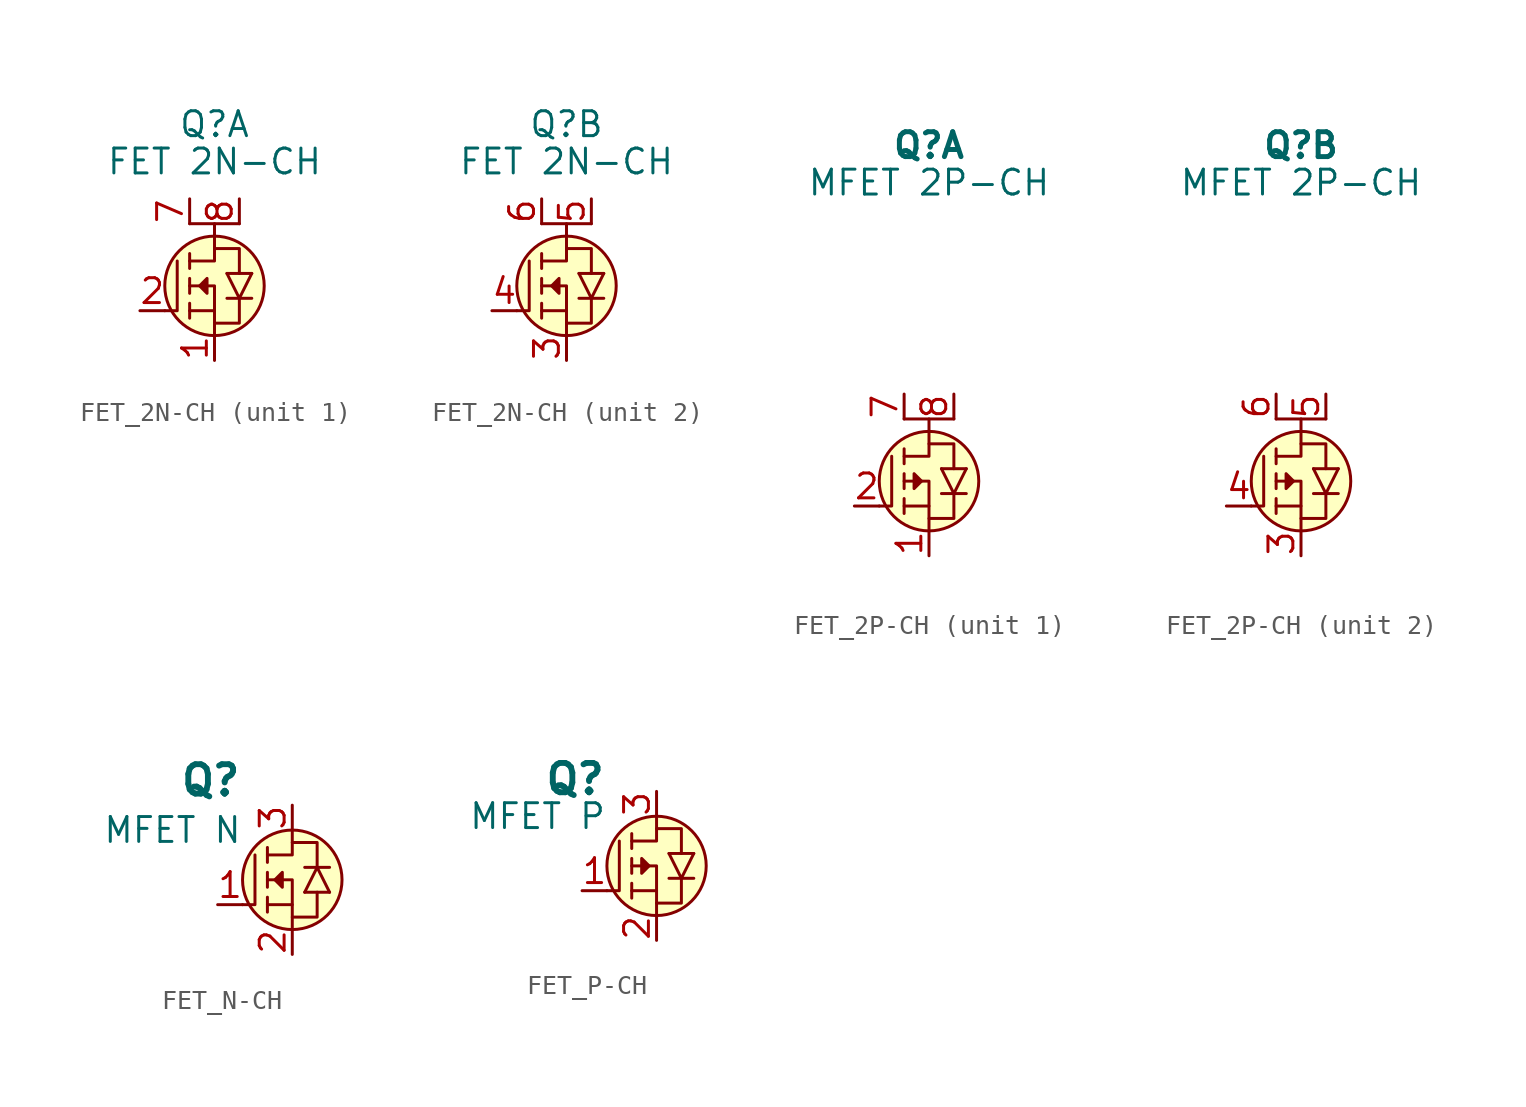
<source format=kicad_sym>
(kicad_symbol_lib
  (version 20231120)
  (generator "kicad_symbol_editor")
  (generator_version "8.0")
  (symbol "FET_2N-CH"
    (pin_names hide)
    (property "Reference" "Q"
      (at 0 0 0)
      (effects (font (size 1.27 1.27))))
    (property "Value" "FET 2N-CH"
      (at 0 -1.905 0)
      (effects (font (size 1.27 1.27))))
    (symbol "FET_2N-CH_0_1"
      (polyline (pts (xy -1.27 -9.906) (xy -1.27 -9.144)) (stroke (width 0) (type default)) (fill (type none)))
      (polyline (pts (xy -1.27 -7.874) (xy -1.27 -8.636)) (stroke (width 0) (type default)) (fill (type none)))
      (polyline (pts (xy -1.27 -6.604) (xy -1.27 -7.366)) (stroke (width 0) (type default)) (fill (type none)))
      (polyline (pts (xy -1.27 -5.08) (xy 1.27 -5.08)) (stroke (width 0) (type default)) (fill (type none)))
      (polyline (pts (xy 0 -5.08) (xy 0 -5.715)) (stroke (width 0) (type default)) (fill (type none)))
      (polyline (pts (xy 0.635 -8.89) (xy 1.905 -8.89)) (stroke (width 0) (type default)) (fill (type none)))
      (polyline (pts (xy 0.635 -7.62) (xy 1.905 -7.62)) (stroke (width 0) (type default)) (fill (type none)))
      (polyline (pts (xy -2.54 -9.525) (xy -1.905 -9.525) (xy -1.905 -6.985)) (stroke (width 0) (type default)) (fill (type none)))
      (polyline (pts (xy -1.27 -8.255) (xy 0 -8.255) (xy 0 -9.525)) (stroke (width 0) (type default)) (fill (type none)))
      (polyline (pts (xy 0 -10.795) (xy 0 -9.525) (xy -1.27 -9.525)) (stroke (width 0) (type default)) (fill (type none)))
      (polyline (pts (xy 0 -10.16) (xy 1.27 -10.16) (xy 1.27 -8.89)) (stroke (width 0) (type default)) (fill (type none)))
      (polyline (pts (xy 0 -6.35) (xy 1.27 -6.35) (xy 1.27 -7.62)) (stroke (width 0) (type default)) (fill (type none)))
      (polyline (pts (xy 0 -5.715) (xy 0 -6.985) (xy -1.27 -6.985)) (stroke (width 0) (type default)) (fill (type none)))
      (polyline (pts (xy 0.635 -7.62) (xy 1.27 -8.89) (xy 1.905 -7.62)) (stroke (width 0) (type default)) (fill (type none))))
    (symbol "FET_2N-CH_1_1"
      (circle (center 0 -8.255) (radius 2.54) (stroke (width 0) (type default)) (fill (type background)))
      (polyline (pts (xy -0.381 -7.874) (xy -0.381 -8.636) (xy -0.762 -8.255) (xy -0.381 -7.874)) (stroke (width 0) (type default)) (fill (type outline)))
      (pin bidirectional line (at 0 -12.065 90) (length 1.27) (name "S1" (effects (font (size 1.27 1.27)))) (number "1" (effects (font (size 1.27 1.27)))))
      (pin bidirectional line (at -3.81 -9.525 0) (length 1.27) (name "G1" (effects (font (size 1.27 1.27)))) (number "2" (effects (font (size 1.27 1.27)))))
      (pin bidirectional line (at -1.27 -3.81 270) (length 1.27) (name "D1" (effects (font (size 1.27 1.27)))) (number "7" (effects (font (size 1.27 1.27)))))
      (pin bidirectional line (at 1.27 -3.81 270) (length 1.27) (name "D1" (effects (font (size 1.27 1.27)))) (number "8" (effects (font (size 1.27 1.27))))))
    (symbol "FET_2N-CH_2_1"
      (circle (center 0 -8.255) (radius 2.54) (stroke (width 0) (type default)) (fill (type background)))
      (polyline (pts (xy -0.381 -7.874) (xy -0.381 -8.636) (xy -0.762 -8.255) (xy -0.381 -7.874)) (stroke (width 0) (type default)) (fill (type outline)))
      (pin bidirectional line (at 0 -12.065 90) (length 1.27) (name "S2" (effects (font (size 1.27 1.27)))) (number "3" (effects (font (size 1.27 1.27)))))
      (pin bidirectional line (at -3.81 -9.525 0) (length 1.27) (name "G2" (effects (font (size 1.27 1.27)))) (number "4" (effects (font (size 1.27 1.27)))))
      (pin bidirectional line (at 1.27 -3.81 270) (length 1.27) (name "D2" (effects (font (size 1.27 1.27)))) (number "5" (effects (font (size 1.27 1.27)))))
      (pin bidirectional line (at -1.27 -3.81 270) (length 1.27) (name "D2" (effects (font (size 1.27 1.27)))) (number "6" (effects (font (size 1.27 1.27)))))))
  (symbol "FET_2P-CH"
    (pin_names hide)
    (property "Reference" "Q"
      (at 0 0 0)
      (effects (font (size 1.27 1.27) (bold yes))))
    (property "Value" "MFET 2P-CH"
      (at 0 -1.905 0)
      (effects (font (size 1.27 1.27))))
    (symbol "FET_2P-CH_0_1"
      (polyline (pts (xy -1.27 -18.796) (xy -1.27 -18.034)) (stroke (width 0) (type default)) (fill (type none)))
      (polyline (pts (xy -1.27 -16.764) (xy -1.27 -17.526)) (stroke (width 0) (type default)) (fill (type none)))
      (polyline (pts (xy -1.27 -15.494) (xy -1.27 -16.256)) (stroke (width 0) (type default)) (fill (type none)))
      (polyline (pts (xy -1.27 -13.97) (xy 1.27 -13.97)) (stroke (width 0) (type default)) (fill (type none)))
      (polyline (pts (xy 0 -13.97) (xy 0 -14.605)) (stroke (width 0) (type default)) (fill (type none)))
      (polyline (pts (xy 0.635 -17.78) (xy 1.905 -17.78)) (stroke (width 0) (type default)) (fill (type none)))
      (polyline (pts (xy 0.635 -16.51) (xy 1.905 -16.51)) (stroke (width 0) (type default)) (fill (type none)))
      (polyline (pts (xy -2.54 -18.415) (xy -1.905 -18.415) (xy -1.905 -15.875)) (stroke (width 0) (type default)) (fill (type none)))
      (polyline (pts (xy -1.27 -17.145) (xy 0 -17.145) (xy 0 -18.415)) (stroke (width 0) (type default)) (fill (type none)))
      (polyline (pts (xy 0 -19.685) (xy 0 -18.415) (xy -1.27 -18.415)) (stroke (width 0) (type default)) (fill (type none)))
      (polyline (pts (xy 0 -19.05) (xy 1.27 -19.05) (xy 1.27 -17.78)) (stroke (width 0) (type default)) (fill (type none)))
      (polyline (pts (xy 0 -15.24) (xy 1.27 -15.24) (xy 1.27 -16.51)) (stroke (width 0) (type default)) (fill (type none)))
      (polyline (pts (xy 0 -14.605) (xy 0 -15.875) (xy -1.27 -15.875)) (stroke (width 0) (type default)) (fill (type none)))
      (polyline (pts (xy 0.635 -16.51) (xy 1.27 -17.78) (xy 1.905 -16.51)) (stroke (width 0) (type default)) (fill (type none))))
    (symbol "FET_2P-CH_1_1"
      (circle (center 0 -17.145) (radius 2.54) (stroke (width 0) (type default)) (fill (type background)))
      (polyline (pts (xy -0.762 -16.764) (xy -0.762 -17.526) (xy -0.381 -17.145) (xy -0.762 -16.764)) (stroke (width 0) (type default)) (fill (type outline)))
      (pin bidirectional line (at 0 -20.955 90) (length 1.27) (name "S1" (effects (font (size 1.27 1.27)))) (number "1" (effects (font (size 1.27 1.27)))))
      (pin bidirectional line (at -3.81 -18.415 0) (length 1.27) (name "G1" (effects (font (size 1.27 1.27)))) (number "2" (effects (font (size 1.27 1.27)))))
      (pin bidirectional line (at -1.27 -12.7 270) (length 1.27) (name "D1" (effects (font (size 1.27 1.27)))) (number "7" (effects (font (size 1.27 1.27)))))
      (pin bidirectional line (at 1.27 -12.7 270) (length 1.27) (name "D1" (effects (font (size 1.27 1.27)))) (number "8" (effects (font (size 1.27 1.27))))))
    (symbol "FET_2P-CH_2_1"
      (circle (center 0 -17.145) (radius 2.54) (stroke (width 0) (type default)) (fill (type background)))
      (polyline (pts (xy -0.762 -16.764) (xy -0.762 -17.526) (xy -0.381 -17.145) (xy -0.762 -16.764)) (stroke (width 0) (type default)) (fill (type outline)))
      (pin bidirectional line (at 0 -20.955 90) (length 1.27) (name "S2" (effects (font (size 1.27 1.27)))) (number "3" (effects (font (size 1.27 1.27)))))
      (pin bidirectional line (at -3.81 -18.415 0) (length 1.27) (name "G2" (effects (font (size 1.27 1.27)))) (number "4" (effects (font (size 1.27 1.27)))))
      (pin bidirectional line (at 1.27 -12.7 270) (length 1.27) (name "D2" (effects (font (size 1.27 1.27)))) (number "5" (effects (font (size 1.27 1.27)))))
      (pin bidirectional line (at -1.27 -12.7 270) (length 1.27) (name "D2" (effects (font (size 1.27 1.27)))) (number "6" (effects (font (size 1.27 1.27)))))))
  (symbol "FET_N-CH"
    (pin_names hide)
    (property "Reference" "Q"
      (at 1.27 1.27 0)
      (effects (font (size 1.5 1.5) (bold yes)) (justify right)))
    (property "Value" "MFET N"
      (at 1.27 -1.27 0)
      (effects (font (size 1.27 1.27)) (justify right)))
    (symbol "FET_N-CH_0_1"
      (polyline (pts (xy 2.54 -5.461) (xy 2.54 -4.699)) (stroke (width 0) (type default)) (fill (type none)))
      (polyline (pts (xy 2.54 -3.429) (xy 2.54 -4.191)) (stroke (width 0) (type default)) (fill (type none)))
      (polyline (pts (xy 2.54 -2.159) (xy 2.54 -2.921)) (stroke (width 0) (type default)) (fill (type none)))
      (polyline (pts (xy 4.445 -4.445) (xy 5.715 -4.445)) (stroke (width 0) (type default)) (fill (type none)))
      (polyline (pts (xy 4.445 -3.175) (xy 5.715 -3.175)) (stroke (width 0) (type default)) (fill (type none)))
      (polyline (pts (xy 1.27 -5.08) (xy 1.905 -5.08) (xy 1.905 -2.54)) (stroke (width 0) (type default)) (fill (type none)))
      (polyline (pts (xy 2.54 -3.81) (xy 3.81 -3.81) (xy 3.81 -5.08)) (stroke (width 0) (type default)) (fill (type none)))
      (polyline (pts (xy 3.81 -6.35) (xy 3.81 -5.08) (xy 2.54 -5.08)) (stroke (width 0) (type default)) (fill (type none)))
      (polyline (pts (xy 3.81 -5.715) (xy 5.08 -5.715) (xy 5.08 -4.445)) (stroke (width 0) (type default)) (fill (type none)))
      (polyline (pts (xy 3.81 -1.905) (xy 5.08 -1.905) (xy 5.08 -3.175)) (stroke (width 0) (type default)) (fill (type none)))
      (polyline (pts (xy 3.81 -1.27) (xy 3.81 -2.54) (xy 2.54 -2.54)) (stroke (width 0) (type default)) (fill (type none)))
      (polyline (pts (xy 4.445 -4.445) (xy 5.08 -3.175) (xy 5.715 -4.445)) (stroke (width 0) (type default)) (fill (type none))))
    (symbol "FET_N-CH_1_1"
      (polyline (pts (xy 3.302 -3.429) (xy 3.302 -4.191) (xy 2.921 -3.81) (xy 3.302 -3.429)) (stroke (width 0) (type default)) (fill (type outline)))
      (circle (center 3.81 -3.81) (radius 2.54) (stroke (width 0) (type default)) (fill (type background)))
      (pin bidirectional line (at 0 -5.08 0) (length 1.27) (name "G" (effects (font (size 1.27 1.27)))) (number "1" (effects (font (size 1.27 1.27)))))
      (pin bidirectional line (at 3.81 -7.62 90) (length 1.27) (name "S" (effects (font (size 1.27 1.27)))) (number "2" (effects (font (size 1.27 1.27)))))
      (pin bidirectional line (at 3.81 0 270) (length 1.27) (name "D" (effects (font (size 1.27 1.27)))) (number "3" (effects (font (size 1.27 1.27)))))))
  (symbol "FET_P-CH"
    (pin_names hide)
    (property "Reference" "Q"
      (at 1.27 0.635 0)
      (effects (font (size 1.5 1.5) (bold yes)) (justify right)))
    (property "Value" "MFET P"
      (at 1.27 -1.27 0)
      (effects (font (size 1.27 1.27)) (justify right)))
    (symbol "FET_P-CH_0_1"
      (polyline (pts (xy 2.54 -5.461) (xy 2.54 -4.699)) (stroke (width 0) (type default)) (fill (type none)))
      (polyline (pts (xy 2.54 -3.429) (xy 2.54 -4.191)) (stroke (width 0) (type default)) (fill (type none)))
      (polyline (pts (xy 2.54 -2.159) (xy 2.54 -2.921)) (stroke (width 0) (type default)) (fill (type none)))
      (polyline (pts (xy 4.445 -4.445) (xy 5.715 -4.445)) (stroke (width 0) (type default)) (fill (type none)))
      (polyline (pts (xy 4.445 -3.175) (xy 5.715 -3.175)) (stroke (width 0) (type default)) (fill (type none)))
      (polyline (pts (xy 1.27 -5.08) (xy 1.905 -5.08) (xy 1.905 -2.54)) (stroke (width 0) (type default)) (fill (type none)))
      (polyline (pts (xy 2.54 -3.81) (xy 3.81 -3.81) (xy 3.81 -5.08)) (stroke (width 0) (type default)) (fill (type none)))
      (polyline (pts (xy 3.81 -6.35) (xy 3.81 -5.08) (xy 2.54 -5.08)) (stroke (width 0) (type default)) (fill (type none)))
      (polyline (pts (xy 3.81 -5.715) (xy 5.08 -5.715) (xy 5.08 -4.445)) (stroke (width 0) (type default)) (fill (type none)))
      (polyline (pts (xy 3.81 -1.905) (xy 5.08 -1.905) (xy 5.08 -3.175)) (stroke (width 0) (type default)) (fill (type none)))
      (polyline (pts (xy 3.81 -1.27) (xy 3.81 -2.54) (xy 2.54 -2.54)) (stroke (width 0) (type default)) (fill (type none)))
      (polyline (pts (xy 4.445 -3.175) (xy 5.08 -4.445) (xy 5.715 -3.175)) (stroke (width 0) (type default)) (fill (type none))))
    (symbol "FET_P-CH_1_1"
      (polyline (pts (xy 3.048 -3.429) (xy 3.048 -4.191) (xy 3.429 -3.81) (xy 3.048 -3.429)) (stroke (width 0) (type default)) (fill (type outline)))
      (circle (center 3.81 -3.81) (radius 2.54) (stroke (width 0) (type default)) (fill (type background)))
      (pin bidirectional line (at 0 -5.08 0) (length 1.27) (name "G" (effects (font (size 1.27 1.27)))) (number "1" (effects (font (size 1.27 1.27)))))
      (pin bidirectional line (at 3.81 -7.62 90) (length 1.27) (name "S" (effects (font (size 1.27 1.27)))) (number "2" (effects (font (size 1.27 1.27)))))
      (pin bidirectional line (at 3.81 0 270) (length 1.27) (name "D" (effects (font (size 1.27 1.27)))) (number "3" (effects (font (size 1.27 1.27))))))))
</source>
